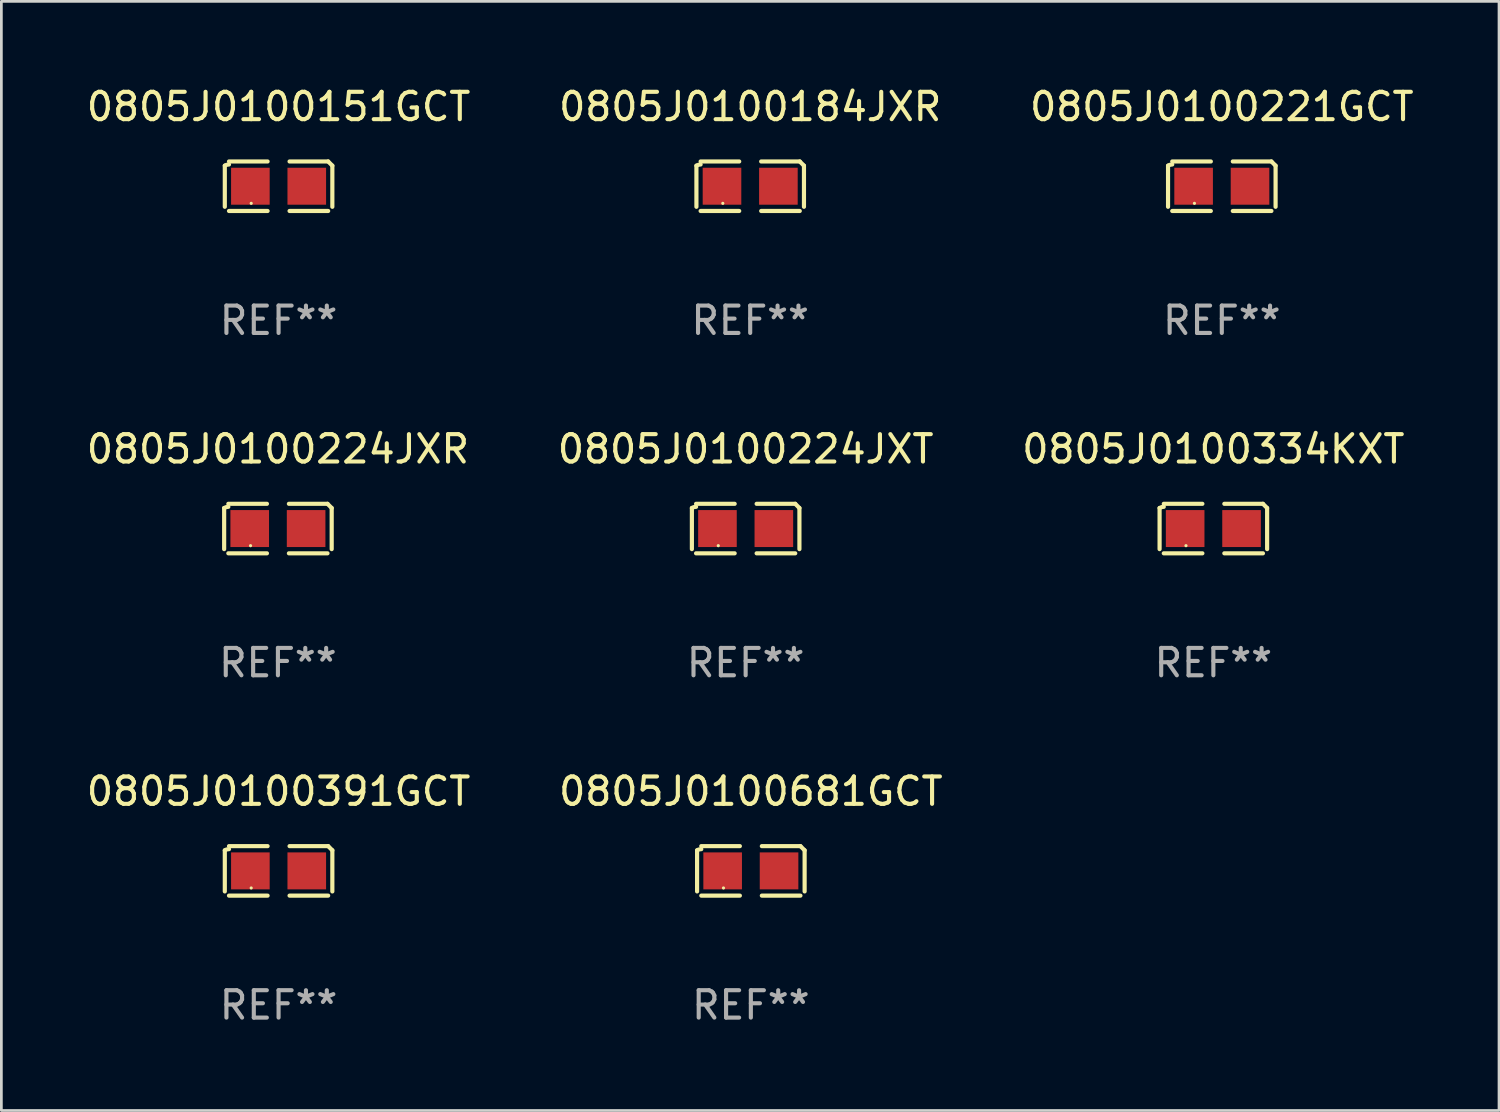
<source format=kicad_pcb>
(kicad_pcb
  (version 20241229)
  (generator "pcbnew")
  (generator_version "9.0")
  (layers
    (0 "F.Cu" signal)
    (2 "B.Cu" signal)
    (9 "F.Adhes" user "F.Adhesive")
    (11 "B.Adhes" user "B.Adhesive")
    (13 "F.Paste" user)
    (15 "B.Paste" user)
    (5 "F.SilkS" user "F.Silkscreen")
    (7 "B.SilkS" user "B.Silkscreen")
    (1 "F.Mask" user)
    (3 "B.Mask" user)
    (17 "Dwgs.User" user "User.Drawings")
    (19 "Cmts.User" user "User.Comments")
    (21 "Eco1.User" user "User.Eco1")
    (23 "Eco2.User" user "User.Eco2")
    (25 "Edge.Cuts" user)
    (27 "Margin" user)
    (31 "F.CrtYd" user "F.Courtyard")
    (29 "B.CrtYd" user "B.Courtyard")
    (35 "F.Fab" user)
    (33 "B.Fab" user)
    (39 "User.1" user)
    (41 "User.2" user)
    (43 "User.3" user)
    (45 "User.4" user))
  (footprint "0805J0100221GCT"
    (layer "F.Cu")
    (at 41.577 3.752)
    (property "Reference" "0805J0100221GCT" (at 0 -2.904 0) (layer "F.SilkS") (effects (font (size 1 1) (thickness 0.15))))
    (attr through_hole)
    (fp_line (start -1.964 0.751) (end -1.964 -0.751) (stroke (width 0.152) (type solid)) (layer "F.SilkS"))
    (fp_line (start -1.811 -0.904) (end -0.401 -0.904) (stroke (width 0.152) (type solid)) (layer "F.SilkS"))
    (fp_line (start -0.401 0.904) (end -1.811 0.904) (stroke (width 0.152) (type solid)) (layer "F.SilkS"))
    (fp_line (start 0.401 0.904) (end 1.811 0.904) (stroke (width 0.152) (type solid)) (layer "F.SilkS"))
    (fp_line (start 1.811 -0.904) (end 0.401 -0.904) (stroke (width 0.152) (type solid)) (layer "F.SilkS"))
    (fp_line (start 1.964 0.751) (end 1.964 -0.751) (stroke (width 0.152) (type solid)) (layer "F.SilkS"))
    (fp_arc (start -1.963602 -0.751207) (mid -1.890354 -0.783131) (end -1.811201 -0.794044) (stroke (width 0.1524) (type solid)) (layer "F.SilkS"))
    (fp_arc (start 1.811202 -0.903607) (mid 1.887413 -0.827418) (end 1.963602 -0.751207) (stroke (width 0.1524) (type solid)) (layer "F.SilkS"))
    (fp_circle (center -1 0.625) (end -0.97 0.625) (stroke (width 0.06) (type solid)) (fill no) (layer "F.SilkS"))
    (fp_text user "REF**" (at 0 4.904 0) (layer "F.Fab") (effects (font (size 1 1) (thickness 0.15))))
    (pad "1" smd rect (at -1.03 0) (size 1.41 1.35) (layers "F.Cu" "F.Mask" "F.Paste"))
    (pad "2" smd rect (at 1.03 0) (size 1.41 1.35) (layers "F.Cu" "F.Mask" "F.Paste")))
  (footprint "0805J0100184JXR"
    (layer "F.Cu")
    (at 24.351 3.752)
    (property "Reference" "0805J0100184JXR" (at 0 -2.904 0) (layer "F.SilkS") (effects (font (size 1 1) (thickness 0.15))))
    (attr through_hole)
    (fp_line (start -1.964 0.751) (end -1.964 -0.751) (stroke (width 0.152) (type solid)) (layer "F.SilkS"))
    (fp_line (start -1.811 -0.904) (end -0.401 -0.904) (stroke (width 0.152) (type solid)) (layer "F.SilkS"))
    (fp_line (start -0.401 0.904) (end -1.811 0.904) (stroke (width 0.152) (type solid)) (layer "F.SilkS"))
    (fp_line (start 0.401 0.904) (end 1.811 0.904) (stroke (width 0.152) (type solid)) (layer "F.SilkS"))
    (fp_line (start 1.811 -0.904) (end 0.401 -0.904) (stroke (width 0.152) (type solid)) (layer "F.SilkS"))
    (fp_line (start 1.964 0.751) (end 1.964 -0.751) (stroke (width 0.152) (type solid)) (layer "F.SilkS"))
    (fp_arc (start -1.963602 -0.751207) (mid -1.890354 -0.783131) (end -1.811201 -0.794044) (stroke (width 0.1524) (type solid)) (layer "F.SilkS"))
    (fp_arc (start 1.811202 -0.903607) (mid 1.887413 -0.827418) (end 1.963602 -0.751207) (stroke (width 0.1524) (type solid)) (layer "F.SilkS"))
    (fp_circle (center -1 0.625) (end -0.97 0.625) (stroke (width 0.06) (type solid)) (fill no) (layer "F.SilkS"))
    (fp_text user "REF**" (at 0 4.904 0) (layer "F.Fab") (effects (font (size 1 1) (thickness 0.15))))
    (pad "1" smd rect (at -1.03 0) (size 1.41 1.35) (layers "F.Cu" "F.Mask" "F.Paste"))
    (pad "2" smd rect (at 1.03 0) (size 1.41 1.35) (layers "F.Cu" "F.Mask" "F.Paste")))
  (footprint "0805J0100224JXT"
    (layer "F.Cu")
    (at 24.185 16.256)
    (property "Reference" "0805J0100224JXT" (at 0 -2.904 0) (layer "F.SilkS") (effects (font (size 1 1) (thickness 0.15))))
    (attr through_hole)
    (fp_line (start -1.964 0.751) (end -1.964 -0.751) (stroke (width 0.152) (type solid)) (layer "F.SilkS"))
    (fp_line (start -1.811 -0.904) (end -0.401 -0.904) (stroke (width 0.152) (type solid)) (layer "F.SilkS"))
    (fp_line (start -0.401 0.904) (end -1.811 0.904) (stroke (width 0.152) (type solid)) (layer "F.SilkS"))
    (fp_line (start 0.401 0.904) (end 1.811 0.904) (stroke (width 0.152) (type solid)) (layer "F.SilkS"))
    (fp_line (start 1.811 -0.904) (end 0.401 -0.904) (stroke (width 0.152) (type solid)) (layer "F.SilkS"))
    (fp_line (start 1.964 0.751) (end 1.964 -0.751) (stroke (width 0.152) (type solid)) (layer "F.SilkS"))
    (fp_arc (start -1.963602 -0.751207) (mid -1.890354 -0.783131) (end -1.811201 -0.794044) (stroke (width 0.1524) (type solid)) (layer "F.SilkS"))
    (fp_arc (start 1.811202 -0.903607) (mid 1.887413 -0.827418) (end 1.963602 -0.751207) (stroke (width 0.1524) (type solid)) (layer "F.SilkS"))
    (fp_circle (center -1 0.625) (end -0.97 0.625) (stroke (width 0.06) (type solid)) (fill no) (layer "F.SilkS"))
    (fp_text user "REF**" (at 0 4.904 0) (layer "F.Fab") (effects (font (size 1 1) (thickness 0.15))))
    (pad "1" smd rect (at -1.03 0) (size 1.41 1.35) (layers "F.Cu" "F.Mask" "F.Paste"))
    (pad "2" smd rect (at 1.03 0) (size 1.41 1.35) (layers "F.Cu" "F.Mask" "F.Paste")))
  (footprint "0805J0100681GCT"
    (layer "F.Cu")
    (at 24.375 28.759)
    (property "Reference" "0805J0100681GCT" (at 0 -2.904 0) (layer "F.SilkS") (effects (font (size 1 1) (thickness 0.15))))
    (attr through_hole)
    (fp_line (start -1.964 0.751) (end -1.964 -0.751) (stroke (width 0.152) (type solid)) (layer "F.SilkS"))
    (fp_line (start -1.811 -0.904) (end -0.401 -0.904) (stroke (width 0.152) (type solid)) (layer "F.SilkS"))
    (fp_line (start -0.401 0.904) (end -1.811 0.904) (stroke (width 0.152) (type solid)) (layer "F.SilkS"))
    (fp_line (start 0.401 0.904) (end 1.811 0.904) (stroke (width 0.152) (type solid)) (layer "F.SilkS"))
    (fp_line (start 1.811 -0.904) (end 0.401 -0.904) (stroke (width 0.152) (type solid)) (layer "F.SilkS"))
    (fp_line (start 1.964 0.751) (end 1.964 -0.751) (stroke (width 0.152) (type solid)) (layer "F.SilkS"))
    (fp_arc (start -1.963602 -0.751207) (mid -1.890354 -0.783131) (end -1.811201 -0.794044) (stroke (width 0.1524) (type solid)) (layer "F.SilkS"))
    (fp_arc (start 1.811202 -0.903607) (mid 1.887413 -0.827418) (end 1.963602 -0.751207) (stroke (width 0.1524) (type solid)) (layer "F.SilkS"))
    (fp_circle (center -1 0.625) (end -0.97 0.625) (stroke (width 0.06) (type solid)) (fill no) (layer "F.SilkS"))
    (fp_text user "REF**" (at 0 4.904 0) (layer "F.Fab") (effects (font (size 1 1) (thickness 0.15))))
    (pad "1" smd rect (at -1.03 0) (size 1.41 1.35) (layers "F.Cu" "F.Mask" "F.Paste"))
    (pad "2" smd rect (at 1.03 0) (size 1.41 1.35) (layers "F.Cu" "F.Mask" "F.Paste")))
  (footprint "0805J0100151GCT"
    (layer "F.Cu")
    (at 7.125 3.752)
    (property "Reference" "0805J0100151GCT" (at 0 -2.904 0) (layer "F.SilkS") (effects (font (size 1 1) (thickness 0.15))))
    (attr through_hole)
    (fp_line (start -1.964 0.751) (end -1.964 -0.751) (stroke (width 0.152) (type solid)) (layer "F.SilkS"))
    (fp_line (start -1.811 -0.904) (end -0.401 -0.904) (stroke (width 0.152) (type solid)) (layer "F.SilkS"))
    (fp_line (start -0.401 0.904) (end -1.811 0.904) (stroke (width 0.152) (type solid)) (layer "F.SilkS"))
    (fp_line (start 0.401 0.904) (end 1.811 0.904) (stroke (width 0.152) (type solid)) (layer "F.SilkS"))
    (fp_line (start 1.811 -0.904) (end 0.401 -0.904) (stroke (width 0.152) (type solid)) (layer "F.SilkS"))
    (fp_line (start 1.964 0.751) (end 1.964 -0.751) (stroke (width 0.152) (type solid)) (layer "F.SilkS"))
    (fp_arc (start -1.963602 -0.751207) (mid -1.890354 -0.783131) (end -1.811201 -0.794044) (stroke (width 0.1524) (type solid)) (layer "F.SilkS"))
    (fp_arc (start 1.811202 -0.903607) (mid 1.887413 -0.827418) (end 1.963602 -0.751207) (stroke (width 0.1524) (type solid)) (layer "F.SilkS"))
    (fp_circle (center -1 0.625) (end -0.97 0.625) (stroke (width 0.06) (type solid)) (fill no) (layer "F.SilkS"))
    (fp_text user "REF**" (at 0 4.904 0) (layer "F.Fab") (effects (font (size 1 1) (thickness 0.15))))
    (pad "1" smd rect (at -1.03 0) (size 1.41 1.35) (layers "F.Cu" "F.Mask" "F.Paste"))
    (pad "2" smd rect (at 1.03 0) (size 1.41 1.35) (layers "F.Cu" "F.Mask" "F.Paste")))
  (footprint "0805J0100391GCT"
    (layer "F.Cu")
    (at 7.125 28.759)
    (property "Reference" "0805J0100391GCT" (at 0 -2.904 0) (layer "F.SilkS") (effects (font (size 1 1) (thickness 0.15))))
    (attr through_hole)
    (fp_line (start -1.964 0.751) (end -1.964 -0.751) (stroke (width 0.152) (type solid)) (layer "F.SilkS"))
    (fp_line (start -1.811 -0.904) (end -0.401 -0.904) (stroke (width 0.152) (type solid)) (layer "F.SilkS"))
    (fp_line (start -0.401 0.904) (end -1.811 0.904) (stroke (width 0.152) (type solid)) (layer "F.SilkS"))
    (fp_line (start 0.401 0.904) (end 1.811 0.904) (stroke (width 0.152) (type solid)) (layer "F.SilkS"))
    (fp_line (start 1.811 -0.904) (end 0.401 -0.904) (stroke (width 0.152) (type solid)) (layer "F.SilkS"))
    (fp_line (start 1.964 0.751) (end 1.964 -0.751) (stroke (width 0.152) (type solid)) (layer "F.SilkS"))
    (fp_arc (start -1.963602 -0.751207) (mid -1.890354 -0.783131) (end -1.811201 -0.794044) (stroke (width 0.1524) (type solid)) (layer "F.SilkS"))
    (fp_arc (start 1.811202 -0.903607) (mid 1.887413 -0.827418) (end 1.963602 -0.751207) (stroke (width 0.1524) (type solid)) (layer "F.SilkS"))
    (fp_circle (center -1 0.625) (end -0.97 0.625) (stroke (width 0.06) (type solid)) (fill no) (layer "F.SilkS"))
    (fp_text user "REF**" (at 0 4.904 0) (layer "F.Fab") (effects (font (size 1 1) (thickness 0.15))))
    (pad "1" smd rect (at -1.03 0) (size 1.41 1.35) (layers "F.Cu" "F.Mask" "F.Paste"))
    (pad "2" smd rect (at 1.03 0) (size 1.41 1.35) (layers "F.Cu" "F.Mask" "F.Paste")))
  (footprint "0805J0100334KXT"
    (layer "F.Cu")
    (at 41.268 16.256)
    (property "Reference" "0805J0100334KXT" (at 0 -2.904 0) (layer "F.SilkS") (effects (font (size 1 1) (thickness 0.15))))
    (attr through_hole)
    (fp_line (start -1.964 0.751) (end -1.964 -0.751) (stroke (width 0.152) (type solid)) (layer "F.SilkS"))
    (fp_line (start -1.811 -0.904) (end -0.401 -0.904) (stroke (width 0.152) (type solid)) (layer "F.SilkS"))
    (fp_line (start -0.401 0.904) (end -1.811 0.904) (stroke (width 0.152) (type solid)) (layer "F.SilkS"))
    (fp_line (start 0.401 0.904) (end 1.811 0.904) (stroke (width 0.152) (type solid)) (layer "F.SilkS"))
    (fp_line (start 1.811 -0.904) (end 0.401 -0.904) (stroke (width 0.152) (type solid)) (layer "F.SilkS"))
    (fp_line (start 1.964 0.751) (end 1.964 -0.751) (stroke (width 0.152) (type solid)) (layer "F.SilkS"))
    (fp_arc (start -1.963602 -0.751207) (mid -1.890354 -0.783131) (end -1.811201 -0.794044) (stroke (width 0.1524) (type solid)) (layer "F.SilkS"))
    (fp_arc (start 1.811202 -0.903607) (mid 1.887413 -0.827418) (end 1.963602 -0.751207) (stroke (width 0.1524) (type solid)) (layer "F.SilkS"))
    (fp_circle (center -1 0.625) (end -0.97 0.625) (stroke (width 0.06) (type solid)) (fill no) (layer "F.SilkS"))
    (fp_text user "REF**" (at 0 4.904 0) (layer "F.Fab") (effects (font (size 1 1) (thickness 0.15))))
    (pad "1" smd rect (at -1.03 0) (size 1.41 1.35) (layers "F.Cu" "F.Mask" "F.Paste"))
    (pad "2" smd rect (at 1.03 0) (size 1.41 1.35) (layers "F.Cu" "F.Mask" "F.Paste")))
  (footprint "0805J0100224JXR"
    (layer "F.Cu")
    (at 7.101 16.256)
    (property "Reference" "0805J0100224JXR" (at 0 -2.904 0) (layer "F.SilkS") (effects (font (size 1 1) (thickness 0.15))))
    (attr through_hole)
    (fp_line (start -1.964 0.751) (end -1.964 -0.751) (stroke (width 0.152) (type solid)) (layer "F.SilkS"))
    (fp_line (start -1.811 -0.904) (end -0.401 -0.904) (stroke (width 0.152) (type solid)) (layer "F.SilkS"))
    (fp_line (start -0.401 0.904) (end -1.811 0.904) (stroke (width 0.152) (type solid)) (layer "F.SilkS"))
    (fp_line (start 0.401 0.904) (end 1.811 0.904) (stroke (width 0.152) (type solid)) (layer "F.SilkS"))
    (fp_line (start 1.811 -0.904) (end 0.401 -0.904) (stroke (width 0.152) (type solid)) (layer "F.SilkS"))
    (fp_line (start 1.964 0.751) (end 1.964 -0.751) (stroke (width 0.152) (type solid)) (layer "F.SilkS"))
    (fp_arc (start -1.963602 -0.751207) (mid -1.890354 -0.783131) (end -1.811201 -0.794044) (stroke (width 0.1524) (type solid)) (layer "F.SilkS"))
    (fp_arc (start 1.811202 -0.903607) (mid 1.887413 -0.827418) (end 1.963602 -0.751207) (stroke (width 0.1524) (type solid)) (layer "F.SilkS"))
    (fp_circle (center -1 0.625) (end -0.97 0.625) (stroke (width 0.06) (type solid)) (fill no) (layer "F.SilkS"))
    (fp_text user "REF**" (at 0 4.904 0) (layer "F.Fab") (effects (font (size 1 1) (thickness 0.15))))
    (pad "1" smd rect (at -1.03 0) (size 1.41 1.35) (layers "F.Cu" "F.Mask" "F.Paste"))
    (pad "2" smd rect (at 1.03 0) (size 1.41 1.35) (layers "F.Cu" "F.Mask" "F.Paste")))
  (gr_rect
    (start -3 -3)
    (end 51.702 37.511)
    (stroke (width 0.1) (type default))
    (fill no)
    (layer "Edge.Cuts")))
</source>
